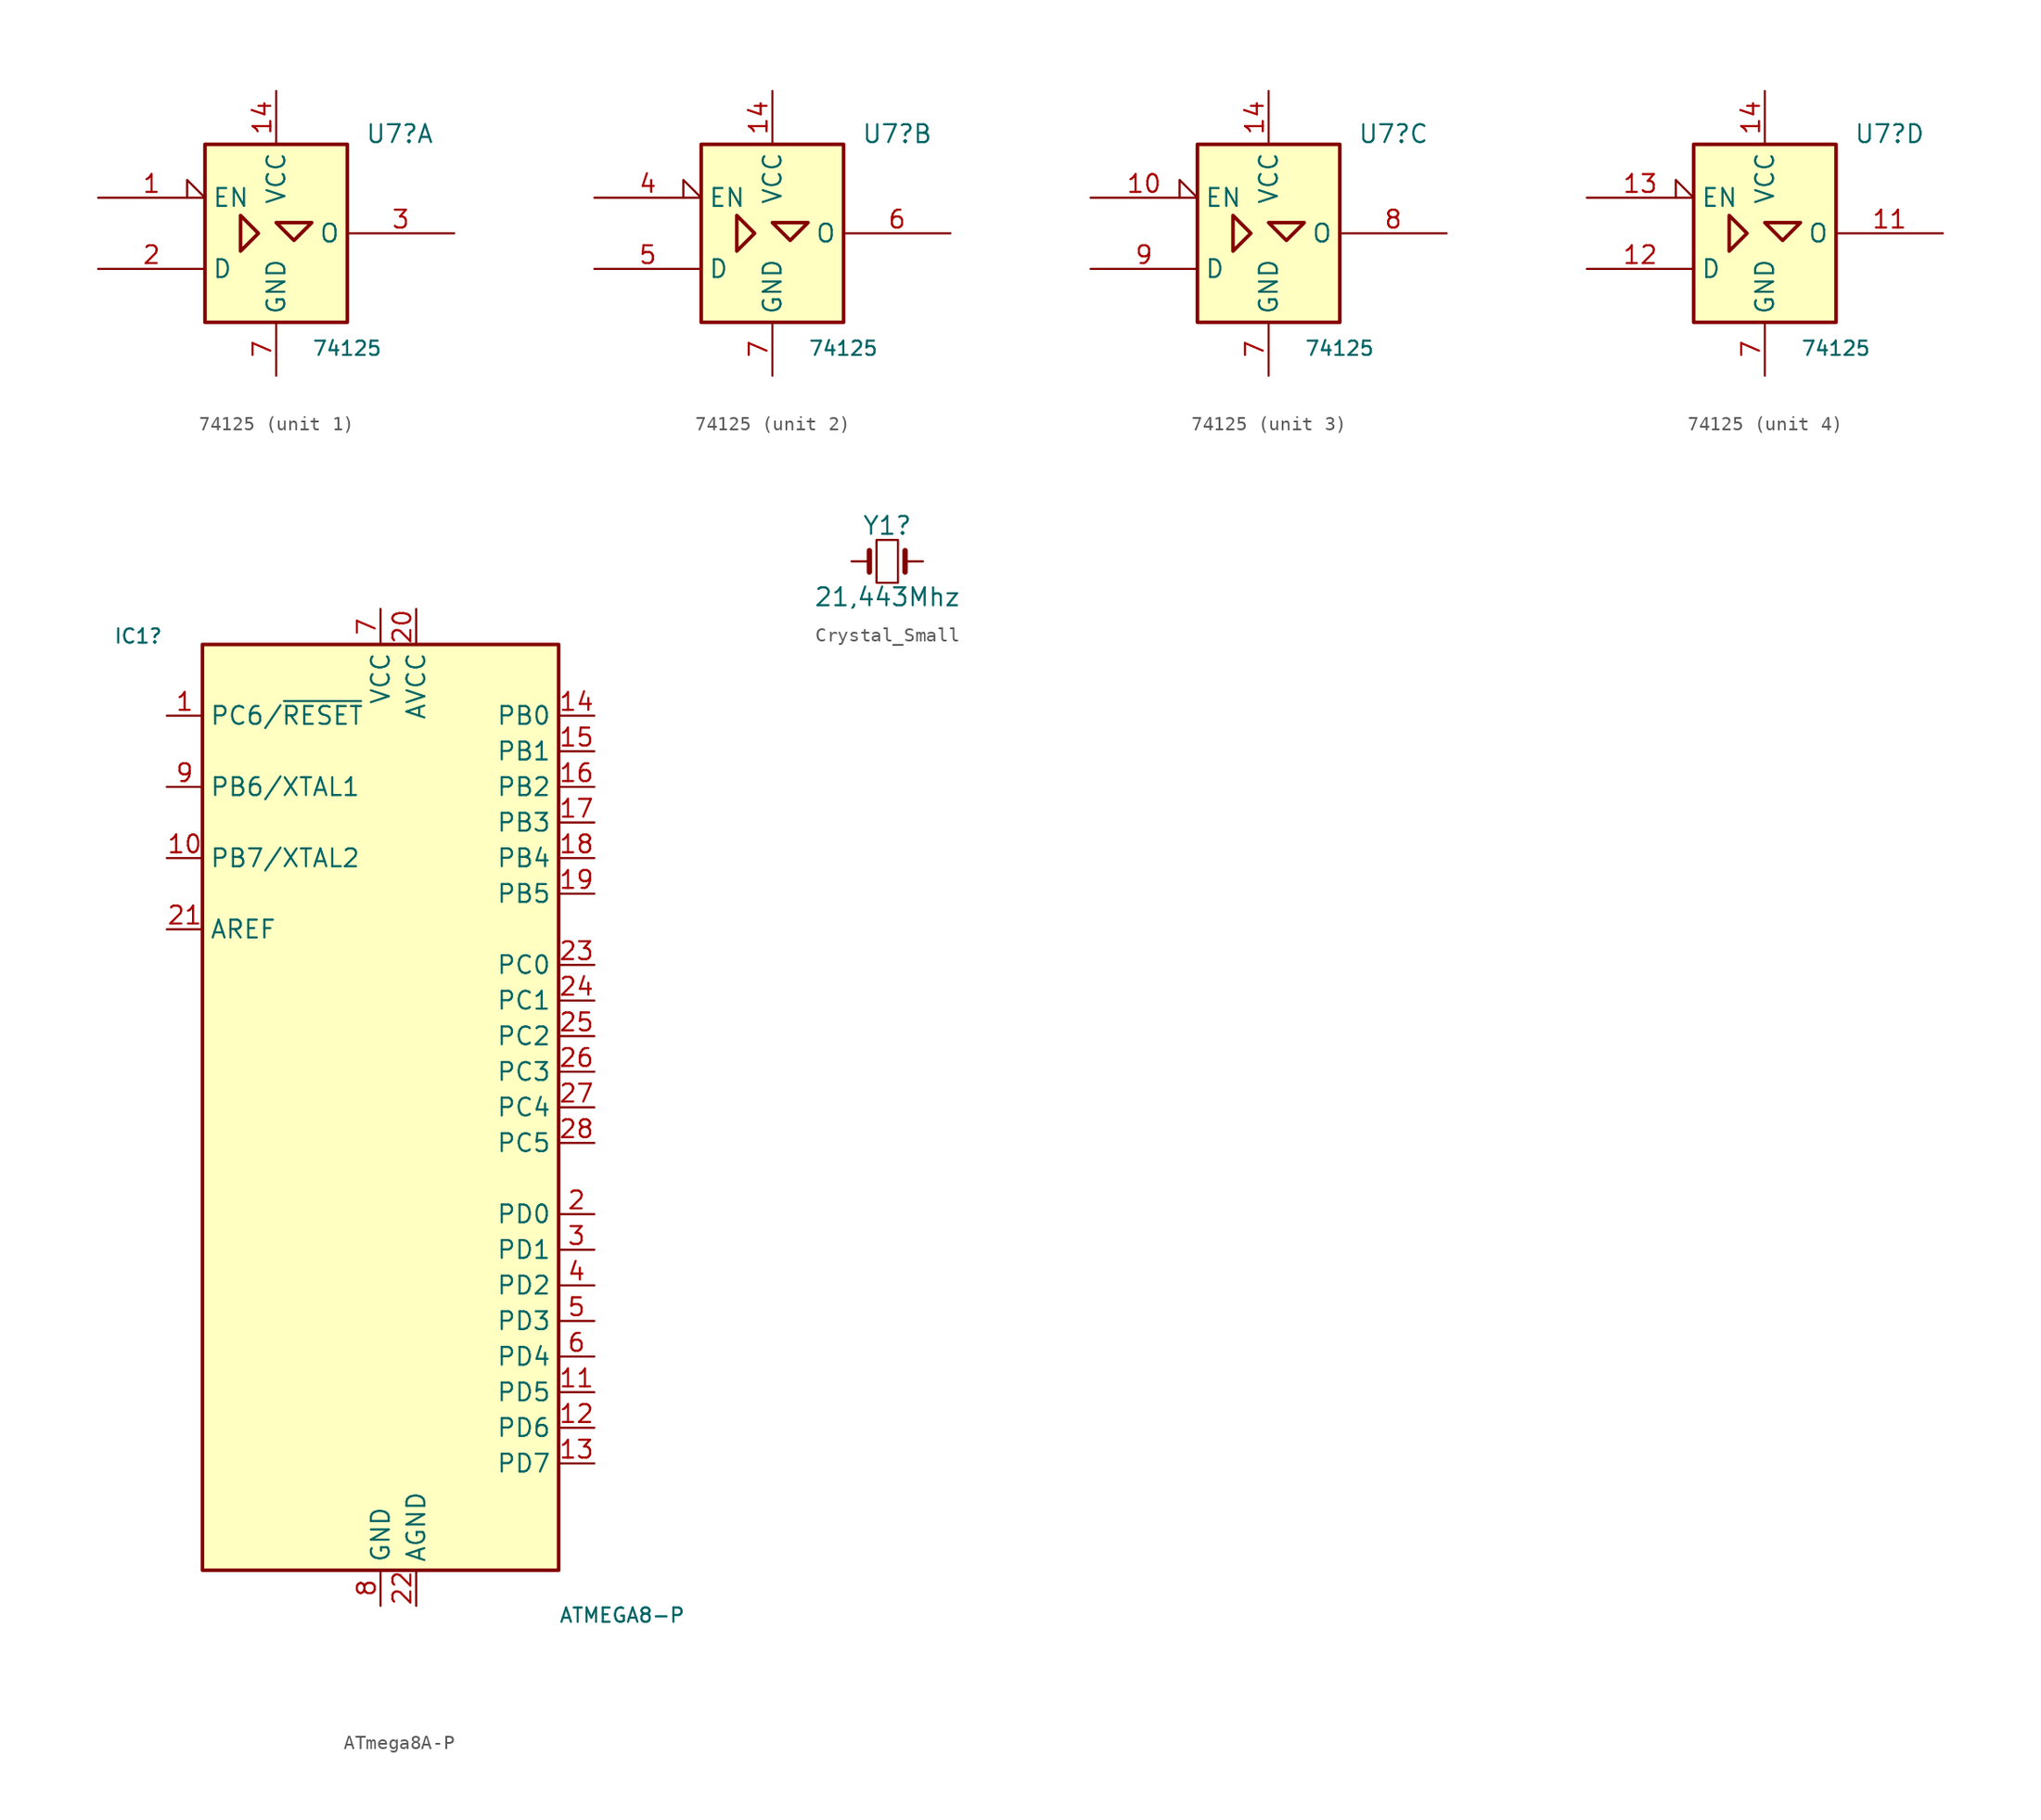
<source format=kicad_sym>
(kicad_symbol_lib
  (version 20220914)
  (generator kicad_symbol_editor)
  (symbol "74125"
    (property "Reference" "U7"
      (at 6.35 6.35 0)
      (effects (font (size 1.27 1.27)) (justify left bottom)))
    (property "Value" "74125"
      (at 2.54 -7.62 0)
      (effects (font (size 1.016 1.016)) (justify left top)))
    (symbol "74125_0_1"
      (rectangle (start -5.08 6.35) (end 5.08 -6.35) (stroke (width 0.254) (type default)) (fill (type background)))
      (polyline (pts (xy -2.54 1.27) (xy -2.54 -1.27) (xy -1.27 0) (xy -2.54 1.27) (xy -2.54 1.27)) (stroke (width 0.254) (type default)) (fill (type background)))
      (polyline (pts (xy 0 0.762) (xy 2.54 0.762) (xy 1.27 -0.508) (xy 0 0.762) (xy 0 0.762)) (stroke (width 0.254) (type default)) (fill (type background)))
      (pin power_in line (at 0 10.16 270) (length 3.81) (name "VCC" (effects (font (size 1.27 1.27)))) (number "14" (effects (font (size 1.27 1.27)))))
      (pin power_in line (at 0 -10.16 90) (length 3.81) (name "GND" (effects (font (size 1.27 1.27)))) (number "7" (effects (font (size 1.27 1.27))))))
    (symbol "74125_1_0"
      (pin input input_low (at -12.7 2.54 0) (length 7.62) (name "EN" (effects (font (size 1.27 1.27)))) (number "1" (effects (font (size 1.27 1.27))))))
    (symbol "74125_1_1"
      (pin input line (at -12.7 -2.54 0) (length 7.62) (name "D" (effects (font (size 1.27 1.27)))) (number "2" (effects (font (size 1.27 1.27)))))
      (pin tri_state line (at 12.7 0 180) (length 7.62) (name "O" (effects (font (size 1.27 1.27)))) (number "3" (effects (font (size 1.27 1.27))))))
    (symbol "74125_2_0"
      (pin input input_low (at -12.7 2.54 0) (length 7.62) (name "EN" (effects (font (size 1.27 1.27)))) (number "4" (effects (font (size 1.27 1.27))))))
    (symbol "74125_2_1"
      (pin input line (at -12.7 -2.54 0) (length 7.62) (name "D" (effects (font (size 1.27 1.27)))) (number "5" (effects (font (size 1.27 1.27)))))
      (pin tri_state line (at 12.7 0 180) (length 7.62) (name "O" (effects (font (size 1.27 1.27)))) (number "6" (effects (font (size 1.27 1.27))))))
    (symbol "74125_3_0"
      (pin input input_low (at -12.7 2.54 0) (length 7.62) (name "EN" (effects (font (size 1.27 1.27)))) (number "10" (effects (font (size 1.27 1.27))))))
    (symbol "74125_3_1"
      (pin tri_state line (at 12.7 0 180) (length 7.62) (name "O" (effects (font (size 1.27 1.27)))) (number "8" (effects (font (size 1.27 1.27)))))
      (pin input line (at -12.7 -2.54 0) (length 7.62) (name "D" (effects (font (size 1.27 1.27)))) (number "9" (effects (font (size 1.27 1.27))))))
    (symbol "74125_4_0"
      (pin input input_low (at -12.7 2.54 0) (length 7.62) (name "EN" (effects (font (size 1.27 1.27)))) (number "13" (effects (font (size 1.27 1.27))))))
    (symbol "74125_4_1"
      (pin tri_state line (at 12.7 0 180) (length 7.62) (name "O" (effects (font (size 1.27 1.27)))) (number "11" (effects (font (size 1.27 1.27)))))
      (pin input line (at -12.7 -2.54 0) (length 7.62) (name "D" (effects (font (size 1.27 1.27)))) (number "12" (effects (font (size 1.27 1.27)))))))
  (symbol "ATmega8A-P"
    (property "Reference" "IC1"
      (at -19.05 33.02 0)
      (effects (font (size 1.016 1.016)) (justify left bottom)))
    (property "Value" "ATMEGA8-P"
      (at 12.7 -36.83 0)
      (effects (font (size 1.016 1.016)) (justify left bottom)))
    (symbol "ATmega8A-P_0_1"
      (rectangle (start -12.7 -33.02) (end 12.7 33.02) (stroke (width 0.254) (type default)) (fill (type background))))
    (symbol "ATmega8A-P_1_1"
      (pin bidirectional line (at -15.24 27.94 0) (length 2.54) (name "PC6/~{RESET}" (effects (font (size 1.27 1.27)))) (number "1" (effects (font (size 1.27 1.27)))))
      (pin bidirectional line (at -15.24 17.78 0) (length 2.54) (name "PB7/XTAL2" (effects (font (size 1.27 1.27)))) (number "10" (effects (font (size 1.27 1.27)))))
      (pin bidirectional line (at 15.24 -20.32 180) (length 2.54) (name "PD5" (effects (font (size 1.27 1.27)))) (number "11" (effects (font (size 1.27 1.27)))))
      (pin bidirectional line (at 15.24 -22.86 180) (length 2.54) (name "PD6" (effects (font (size 1.27 1.27)))) (number "12" (effects (font (size 1.27 1.27)))))
      (pin bidirectional line (at 15.24 -25.4 180) (length 2.54) (name "PD7" (effects (font (size 1.27 1.27)))) (number "13" (effects (font (size 1.27 1.27)))))
      (pin bidirectional line (at 15.24 27.94 180) (length 2.54) (name "PB0" (effects (font (size 1.27 1.27)))) (number "14" (effects (font (size 1.27 1.27)))))
      (pin bidirectional line (at 15.24 25.4 180) (length 2.54) (name "PB1" (effects (font (size 1.27 1.27)))) (number "15" (effects (font (size 1.27 1.27)))))
      (pin bidirectional line (at 15.24 22.86 180) (length 2.54) (name "PB2" (effects (font (size 1.27 1.27)))) (number "16" (effects (font (size 1.27 1.27)))))
      (pin bidirectional line (at 15.24 20.32 180) (length 2.54) (name "PB3" (effects (font (size 1.27 1.27)))) (number "17" (effects (font (size 1.27 1.27)))))
      (pin bidirectional line (at 15.24 17.78 180) (length 2.54) (name "PB4" (effects (font (size 1.27 1.27)))) (number "18" (effects (font (size 1.27 1.27)))))
      (pin bidirectional line (at 15.24 15.24 180) (length 2.54) (name "PB5" (effects (font (size 1.27 1.27)))) (number "19" (effects (font (size 1.27 1.27)))))
      (pin bidirectional line (at 15.24 -7.62 180) (length 2.54) (name "PD0" (effects (font (size 1.27 1.27)))) (number "2" (effects (font (size 1.27 1.27)))))
      (pin power_in line (at 2.54 35.56 270) (length 2.54) (name "AVCC" (effects (font (size 1.27 1.27)))) (number "20" (effects (font (size 1.27 1.27)))))
      (pin passive line (at -15.24 12.7 0) (length 2.54) (name "AREF" (effects (font (size 1.27 1.27)))) (number "21" (effects (font (size 1.27 1.27)))))
      (pin power_in line (at 2.54 -35.56 90) (length 2.54) (name "AGND" (effects (font (size 1.27 1.27)))) (number "22" (effects (font (size 1.27 1.27)))))
      (pin bidirectional line (at 15.24 10.16 180) (length 2.54) (name "PC0" (effects (font (size 1.27 1.27)))) (number "23" (effects (font (size 1.27 1.27)))))
      (pin bidirectional line (at 15.24 7.62 180) (length 2.54) (name "PC1" (effects (font (size 1.27 1.27)))) (number "24" (effects (font (size 1.27 1.27)))))
      (pin bidirectional line (at 15.24 5.08 180) (length 2.54) (name "PC2" (effects (font (size 1.27 1.27)))) (number "25" (effects (font (size 1.27 1.27)))))
      (pin bidirectional line (at 15.24 2.54 180) (length 2.54) (name "PC3" (effects (font (size 1.27 1.27)))) (number "26" (effects (font (size 1.27 1.27)))))
      (pin bidirectional line (at 15.24 0 180) (length 2.54) (name "PC4" (effects (font (size 1.27 1.27)))) (number "27" (effects (font (size 1.27 1.27)))))
      (pin bidirectional line (at 15.24 -2.54 180) (length 2.54) (name "PC5" (effects (font (size 1.27 1.27)))) (number "28" (effects (font (size 1.27 1.27)))))
      (pin bidirectional line (at 15.24 -10.16 180) (length 2.54) (name "PD1" (effects (font (size 1.27 1.27)))) (number "3" (effects (font (size 1.27 1.27)))))
      (pin bidirectional line (at 15.24 -12.7 180) (length 2.54) (name "PD2" (effects (font (size 1.27 1.27)))) (number "4" (effects (font (size 1.27 1.27)))))
      (pin bidirectional line (at 15.24 -15.24 180) (length 2.54) (name "PD3" (effects (font (size 1.27 1.27)))) (number "5" (effects (font (size 1.27 1.27)))))
      (pin bidirectional line (at 15.24 -17.78 180) (length 2.54) (name "PD4" (effects (font (size 1.27 1.27)))) (number "6" (effects (font (size 1.27 1.27)))))
      (pin power_in line (at 0 35.56 270) (length 2.54) (name "VCC" (effects (font (size 1.27 1.27)))) (number "7" (effects (font (size 1.27 1.27)))))
      (pin power_in line (at 0 -35.56 90) (length 2.54) (name "GND" (effects (font (size 1.27 1.27)))) (number "8" (effects (font (size 1.27 1.27)))))
      (pin bidirectional line (at -15.24 22.86 0) (length 2.54) (name "PB6/XTAL1" (effects (font (size 1.27 1.27)))) (number "9" (effects (font (size 1.27 1.27)))))))
  (symbol "Crystal_Small"
    (pin_numbers hide)
    (pin_names
      (offset 1.016) hide)
    (property "Reference" "Y1"
      (at 0 2.54 0)
      (effects (font (size 1.27 1.27))))
    (property "Value" "21,443Mhz"
      (at 0 -2.54 0)
      (effects (font (size 1.27 1.27))))
    (symbol "Crystal_Small_0_1"
      (rectangle (start -0.762 -1.524) (end 0.762 1.524) (stroke (width 0) (type default)) (fill (type none)))
      (polyline (pts (xy -1.27 -0.762) (xy -1.27 0.762)) (stroke (width 0.381) (type default)) (fill (type none)))
      (polyline (pts (xy 1.27 -0.762) (xy 1.27 0.762)) (stroke (width 0.381) (type default)) (fill (type none))))
    (symbol "Crystal_Small_1_1"
      (pin passive line (at -2.54 0 0) (length 1.27) (name "1" (effects (font (size 1.27 1.27)))) (number "1" (effects (font (size 1.27 1.27)))))
      (pin passive line (at 2.54 0 180) (length 1.27) (name "2" (effects (font (size 1.27 1.27)))) (number "2" (effects (font (size 1.27 1.27))))))))
</source>
